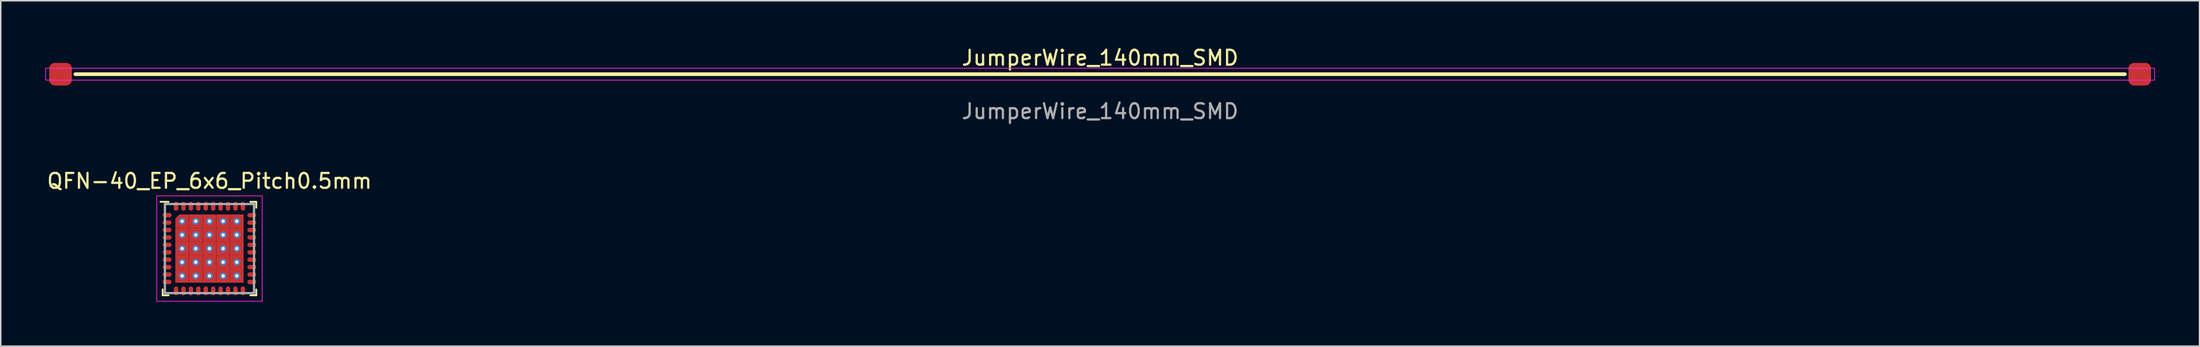
<source format=kicad_pcb>
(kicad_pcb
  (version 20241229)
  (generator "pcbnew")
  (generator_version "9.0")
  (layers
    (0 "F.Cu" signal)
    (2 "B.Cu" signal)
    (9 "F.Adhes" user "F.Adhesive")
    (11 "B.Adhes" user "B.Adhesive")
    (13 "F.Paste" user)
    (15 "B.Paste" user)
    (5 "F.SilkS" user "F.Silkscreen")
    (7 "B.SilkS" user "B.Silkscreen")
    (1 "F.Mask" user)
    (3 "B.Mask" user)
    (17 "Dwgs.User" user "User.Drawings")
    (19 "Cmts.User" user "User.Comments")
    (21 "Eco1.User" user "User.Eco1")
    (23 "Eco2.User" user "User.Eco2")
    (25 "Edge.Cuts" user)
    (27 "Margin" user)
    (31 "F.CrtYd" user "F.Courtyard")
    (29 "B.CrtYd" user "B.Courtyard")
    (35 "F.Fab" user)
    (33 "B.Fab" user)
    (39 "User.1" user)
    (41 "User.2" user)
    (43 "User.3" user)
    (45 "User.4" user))
  (footprint "JumperWire_140mm_SMD"
    (layer "F.Cu")
    (at 71.025 1.948)
    (property "Reference" "JumperWire_140mm_SMD" (at 0 -1.1 0) (unlocked yes) (layer "F.SilkS") (effects (font (size 1 1) (thickness 0.15))))
    (attr through_hole)
    (fp_line (start -69 0) (end 69 0) (stroke (width 0.25) (type solid)) (layer "F.SilkS"))
    (fp_rect (start -71 -0.4) (end 71 0.4) (stroke (width 0.05) (type solid)) (fill no) (layer "F.CrtYd"))
    (fp_text user "${REFERENCE}" (at 0 2.5 0) (unlocked yes) (layer "F.Fab") (effects (font (size 1 1) (thickness 0.15))))
    (pad "1" smd roundrect (at -70 0) (size 1.524 1.524) (layers "F.Cu" "F.Mask" "F.Paste") (roundrect_rratio 0.25))
    (pad "2" smd roundrect (at 70 0) (size 1.524 1.524) (layers "F.Cu" "F.Mask" "F.Paste") (roundrect_rratio 0.25)))
  (footprint "QFN-40_EP_6x6_Pitch0.5mm"
    (layer "F.Cu")
    (at 11.054 13.695)
    (property "Reference" "QFN-40_EP_6x6_Pitch0.5mm" (at 0 -4.55 0) (layer "F.SilkS") (effects (font (size 1 1) (thickness 0.15))))
    (attr through_hole)
    (fp_line (start -3.15 3.15) (end -3.15 2.75) (stroke (width 0.12) (type solid)) (layer "F.SilkS"))
    (fp_line (start -2.75 -3.15) (end -3.3 -3.15) (stroke (width 0.12) (type solid)) (layer "F.SilkS"))
    (fp_line (start -2.75 3.15) (end -3.15 3.15) (stroke (width 0.12) (type solid)) (layer "F.SilkS"))
    (fp_line (start 2.75 -3.15) (end 3.15 -3.15) (stroke (width 0.12) (type solid)) (layer "F.SilkS"))
    (fp_line (start 2.75 3.15) (end 3.15 3.15) (stroke (width 0.12) (type solid)) (layer "F.SilkS"))
    (fp_line (start 3.15 -3.15) (end 3.15 -2.75) (stroke (width 0.12) (type solid)) (layer "F.SilkS"))
    (fp_line (start 3.15 3.15) (end 3.15 2.75) (stroke (width 0.12) (type solid)) (layer "F.SilkS"))
    (fp_line (start -3.55 -3.55) (end 3.55 -3.55) (stroke (width 0.05) (type solid)) (layer "F.CrtYd"))
    (fp_line (start -3.55 3.55) (end -3.55 -3.55) (stroke (width 0.05) (type solid)) (layer "F.CrtYd"))
    (fp_line (start 3.55 -3.55) (end 3.55 3.55) (stroke (width 0.05) (type solid)) (layer "F.CrtYd"))
    (fp_line (start 3.55 3.55) (end -3.55 3.55) (stroke (width 0.05) (type solid)) (layer "F.CrtYd"))
    (fp_line (start -3 -3) (end -3 3) (stroke (width 0.15) (type solid)) (layer "F.Fab"))
    (fp_line (start -3 3) (end 3 3) (stroke (width 0.15) (type solid)) (layer "F.Fab"))
    (fp_line (start 3 -3) (end -3 -3) (stroke (width 0.15) (type solid)) (layer "F.Fab"))
    (fp_line (start 3 3) (end 3 -3) (stroke (width 0.15) (type solid)) (layer "F.Fab"))
    (pad "1" smd oval (at -2.85 -2.25 90) (size 0.3 0.6) (layers "F.Cu" "F.Mask" "F.Paste"))
    (pad "2" smd oval (at -2.85 -1.75 90) (size 0.3 0.6) (layers "F.Cu" "F.Mask" "F.Paste"))
    (pad "3" smd oval (at -2.85 -1.25 90) (size 0.3 0.6) (layers "F.Cu" "F.Mask" "F.Paste"))
    (pad "4" smd oval (at -2.85 -0.75 90) (size 0.3 0.6) (layers "F.Cu" "F.Mask" "F.Paste"))
    (pad "5" smd oval (at -2.85 -0.25 90) (size 0.3 0.6) (layers "F.Cu" "F.Mask" "F.Paste"))
    (pad "6" smd oval (at -2.85 0.25 90) (size 0.3 0.6) (layers "F.Cu" "F.Mask" "F.Paste"))
    (pad "7" smd oval (at -2.85 0.75 90) (size 0.3 0.6) (layers "F.Cu" "F.Mask" "F.Paste"))
    (pad "8" smd oval (at -2.85 1.25 90) (size 0.3 0.6) (layers "F.Cu" "F.Mask" "F.Paste"))
    (pad "9" smd oval (at -2.85 1.75 90) (size 0.3 0.6) (layers "F.Cu" "F.Mask" "F.Paste"))
    (pad "10" smd oval (at -2.85 2.25 90) (size 0.3 0.6) (layers "F.Cu" "F.Mask" "F.Paste"))
    (pad "11" smd oval (at -2.25 2.85) (size 0.3 0.6) (layers "F.Cu" "F.Mask" "F.Paste"))
    (pad "12" smd oval (at -1.75 2.85) (size 0.3 0.6) (layers "F.Cu" "F.Mask" "F.Paste"))
    (pad "13" smd oval (at -1.25 2.85) (size 0.3 0.6) (layers "F.Cu" "F.Mask" "F.Paste"))
    (pad "14" smd oval (at -0.75 2.85) (size 0.3 0.6) (layers "F.Cu" "F.Mask" "F.Paste"))
    (pad "15" smd oval (at -0.25 2.85) (size 0.3 0.6) (layers "F.Cu" "F.Mask" "F.Paste"))
    (pad "16" smd oval (at 0.25 2.85) (size 0.3 0.6) (layers "F.Cu" "F.Mask" "F.Paste"))
    (pad "17" smd oval (at 0.75 2.85) (size 0.3 0.6) (layers "F.Cu" "F.Mask" "F.Paste"))
    (pad "18" smd oval (at 1.25 2.85) (size 0.3 0.6) (layers "F.Cu" "F.Mask" "F.Paste"))
    (pad "19" smd oval (at 1.75 2.85) (size 0.3 0.6) (layers "F.Cu" "F.Mask" "F.Paste"))
    (pad "20" smd oval (at 2.25 2.85) (size 0.3 0.6) (layers "F.Cu" "F.Mask" "F.Paste"))
    (pad "21" smd oval (at 2.85 2.25 90) (size 0.3 0.6) (layers "F.Cu" "F.Mask" "F.Paste"))
    (pad "22" smd oval (at 2.85 1.75 90) (size 0.3 0.6) (layers "F.Cu" "F.Mask" "F.Paste"))
    (pad "23" smd oval (at 2.85 1.25 90) (size 0.3 0.6) (layers "F.Cu" "F.Mask" "F.Paste"))
    (pad "24" smd oval (at 2.85 0.75 90) (size 0.3 0.6) (layers "F.Cu" "F.Mask" "F.Paste"))
    (pad "25" smd oval (at 2.85 0.25 90) (size 0.3 0.6) (layers "F.Cu" "F.Mask" "F.Paste"))
    (pad "26" smd oval (at 2.85 -0.25 90) (size 0.3 0.6) (layers "F.Cu" "F.Mask" "F.Paste"))
    (pad "27" smd oval (at 2.85 -0.75 90) (size 0.3 0.6) (layers "F.Cu" "F.Mask" "F.Paste"))
    (pad "28" smd oval (at 2.85 -1.25 90) (size 0.3 0.6) (layers "F.Cu" "F.Mask" "F.Paste"))
    (pad "29" smd oval (at 2.85 -1.75 90) (size 0.3 0.6) (layers "F.Cu" "F.Mask" "F.Paste"))
    (pad "30" smd oval (at 2.85 -2.25 90) (size 0.3 0.6) (layers "F.Cu" "F.Mask" "F.Paste"))
    (pad "31" smd oval (at 2.25 -2.85) (size 0.3 0.6) (layers "F.Cu" "F.Mask" "F.Paste"))
    (pad "32" smd oval (at 1.75 -2.85) (size 0.3 0.6) (layers "F.Cu" "F.Mask" "F.Paste"))
    (pad "33" smd oval (at 1.25 -2.85) (size 0.3 0.6) (layers "F.Cu" "F.Mask" "F.Paste"))
    (pad "34" smd oval (at 0.75 -2.85) (size 0.3 0.6) (layers "F.Cu" "F.Mask" "F.Paste"))
    (pad "35" smd oval (at 0.25 -2.85) (size 0.3 0.6) (layers "F.Cu" "F.Mask" "F.Paste"))
    (pad "36" smd oval (at -0.25 -2.85) (size 0.3 0.6) (layers "F.Cu" "F.Mask" "F.Paste"))
    (pad "37" smd oval (at -0.75 -2.85) (size 0.3 0.6) (layers "F.Cu" "F.Mask" "F.Paste"))
    (pad "38" smd oval (at -1.25 -2.85) (size 0.3 0.6) (layers "F.Cu" "F.Mask" "F.Paste"))
    (pad "39" smd oval (at -1.75 -2.85) (size 0.3 0.6) (layers "F.Cu" "F.Mask" "F.Paste"))
    (pad "40" smd oval (at -2.25 -2.85) (size 0.3 0.6) (layers "F.Cu" "F.Mask" "F.Paste"))
    (pad "41" thru_hole circle (at -1.84 -1.84) (size 0.46 0.46) (drill 0.23) (layers "*.Cu" "*.Mask"))
    (pad "41" smd roundrect (at -1.84 -1.84) (size 0.92 0.92) (layers "F.Cu" "F.Mask" "F.Paste") (roundrect_rratio 0) (chamfer_ratio 0.3) (chamfer top_left))
    (pad "41" thru_hole circle (at -1.84 -0.92) (size 0.46 0.46) (drill 0.23) (layers "*.Cu" "*.Mask"))
    (pad "41" smd rect (at -1.84 -0.92) (size 0.92 0.92) (layers "F.Cu" "F.Mask" "F.Paste"))
    (pad "41" thru_hole circle (at -1.84 0) (size 0.46 0.46) (drill 0.23) (layers "*.Cu" "*.Mask"))
    (pad "41" smd rect (at -1.84 0) (size 0.92 0.92) (layers "F.Cu" "F.Mask" "F.Paste"))
    (pad "41" thru_hole circle (at -1.84 0.92) (size 0.46 0.46) (drill 0.23) (layers "*.Cu" "*.Mask"))
    (pad "41" smd rect (at -1.84 0.92) (size 0.92 0.92) (layers "F.Cu" "F.Mask" "F.Paste"))
    (pad "41" thru_hole circle (at -1.84 1.84) (size 0.46 0.46) (drill 0.23) (layers "*.Cu" "*.Mask"))
    (pad "41" smd rect (at -1.84 1.84) (size 0.92 0.92) (layers "F.Cu" "F.Mask" "F.Paste"))
    (pad "41" thru_hole circle (at -0.92 -1.84) (size 0.46 0.46) (drill 0.23) (layers "*.Cu" "*.Mask"))
    (pad "41" smd rect (at -0.92 -1.84) (size 0.92 0.92) (layers "F.Cu" "F.Mask" "F.Paste"))
    (pad "41" thru_hole circle (at -0.92 -0.92) (size 0.46 0.46) (drill 0.23) (layers "*.Cu" "*.Mask"))
    (pad "41" smd rect (at -0.92 -0.92) (size 0.92 0.92) (layers "F.Cu" "F.Mask" "F.Paste"))
    (pad "41" thru_hole circle (at -0.92 0) (size 0.46 0.46) (drill 0.23) (layers "*.Cu" "*.Mask"))
    (pad "41" smd rect (at -0.92 0) (size 0.92 0.92) (layers "F.Cu" "F.Mask" "F.Paste"))
    (pad "41" thru_hole circle (at -0.92 0.92) (size 0.46 0.46) (drill 0.23) (layers "*.Cu" "*.Mask"))
    (pad "41" smd rect (at -0.92 0.92) (size 0.92 0.92) (layers "F.Cu" "F.Mask" "F.Paste"))
    (pad "41" thru_hole circle (at -0.92 1.84) (size 0.46 0.46) (drill 0.23) (layers "*.Cu" "*.Mask"))
    (pad "41" smd rect (at -0.92 1.84) (size 0.92 0.92) (layers "F.Cu" "F.Mask" "F.Paste"))
    (pad "41" thru_hole circle (at 0 -1.84) (size 0.46 0.46) (drill 0.23) (layers "*.Cu" "*.Mask"))
    (pad "41" smd rect (at 0 -1.84) (size 0.92 0.92) (layers "F.Cu" "F.Mask" "F.Paste"))
    (pad "41" thru_hole circle (at 0 -0.92) (size 0.46 0.46) (drill 0.23) (layers "*.Cu" "*.Mask"))
    (pad "41" smd rect (at 0 -0.92) (size 0.92 0.92) (layers "F.Cu" "F.Mask" "F.Paste"))
    (pad "41" thru_hole circle (at 0 0) (size 0.46 0.46) (drill 0.23) (layers "*.Cu" "*.Mask"))
    (pad "41" smd rect (at 0 0) (size 0.92 0.92) (layers "F.Cu" "F.Mask" "F.Paste"))
    (pad "41" thru_hole circle (at 0 0.92) (size 0.46 0.46) (drill 0.23) (layers "*.Cu" "*.Mask"))
    (pad "41" smd rect (at 0 0.92) (size 0.92 0.92) (layers "F.Cu" "F.Mask" "F.Paste"))
    (pad "41" thru_hole circle (at 0 1.84) (size 0.46 0.46) (drill 0.23) (layers "*.Cu" "*.Mask"))
    (pad "41" smd rect (at 0 1.84) (size 0.92 0.92) (layers "F.Cu" "F.Mask" "F.Paste"))
    (pad "41" thru_hole circle (at 0.92 -1.84) (size 0.46 0.46) (drill 0.23) (layers "*.Cu" "*.Mask"))
    (pad "41" smd rect (at 0.92 -1.84) (size 0.92 0.92) (layers "F.Cu" "F.Mask" "F.Paste"))
    (pad "41" thru_hole circle (at 0.92 -0.92) (size 0.46 0.46) (drill 0.23) (layers "*.Cu" "*.Mask"))
    (pad "41" smd rect (at 0.92 -0.92) (size 0.92 0.92) (layers "F.Cu" "F.Mask" "F.Paste"))
    (pad "41" thru_hole circle (at 0.92 0) (size 0.46 0.46) (drill 0.23) (layers "*.Cu" "*.Mask"))
    (pad "41" smd rect (at 0.92 0) (size 0.92 0.92) (layers "F.Cu" "F.Mask" "F.Paste"))
    (pad "41" thru_hole circle (at 0.92 0.92) (size 0.46 0.46) (drill 0.23) (layers "*.Cu" "*.Mask"))
    (pad "41" smd rect (at 0.92 0.92) (size 0.92 0.92) (layers "F.Cu" "F.Mask" "F.Paste"))
    (pad "41" thru_hole circle (at 0.92 1.84) (size 0.46 0.46) (drill 0.23) (layers "*.Cu" "*.Mask"))
    (pad "41" smd rect (at 0.92 1.84) (size 0.92 0.92) (layers "F.Cu" "F.Mask" "F.Paste"))
    (pad "41" thru_hole circle (at 1.84 -1.84) (size 0.46 0.46) (drill 0.23) (layers "*.Cu" "*.Mask"))
    (pad "41" smd rect (at 1.84 -1.84) (size 0.92 0.92) (layers "F.Cu" "F.Mask" "F.Paste"))
    (pad "41" thru_hole circle (at 1.84 -0.92) (size 0.46 0.46) (drill 0.23) (layers "*.Cu" "*.Mask"))
    (pad "41" smd rect (at 1.84 -0.92) (size 0.92 0.92) (layers "F.Cu" "F.Mask" "F.Paste"))
    (pad "41" thru_hole circle (at 1.84 0) (size 0.46 0.46) (drill 0.23) (layers "*.Cu" "*.Mask"))
    (pad "41" smd rect (at 1.84 0) (size 0.92 0.92) (layers "F.Cu" "F.Mask" "F.Paste"))
    (pad "41" thru_hole circle (at 1.84 0.92) (size 0.46 0.46) (drill 0.23) (layers "*.Cu" "*.Mask"))
    (pad "41" smd rect (at 1.84 0.92) (size 0.92 0.92) (layers "F.Cu" "F.Mask" "F.Paste"))
    (pad "41" thru_hole circle (at 1.84 1.84) (size 0.46 0.46) (drill 0.23) (layers "*.Cu" "*.Mask"))
    (pad "41" smd rect (at 1.84 1.84) (size 0.92 0.92) (layers "F.Cu" "F.Mask" "F.Paste")))
  (gr_rect
    (start -3 -3)
    (end 145.05 20.27)
    (stroke (width 0.1) (type default))
    (fill no)
    (layer "Edge.Cuts")))
</source>
